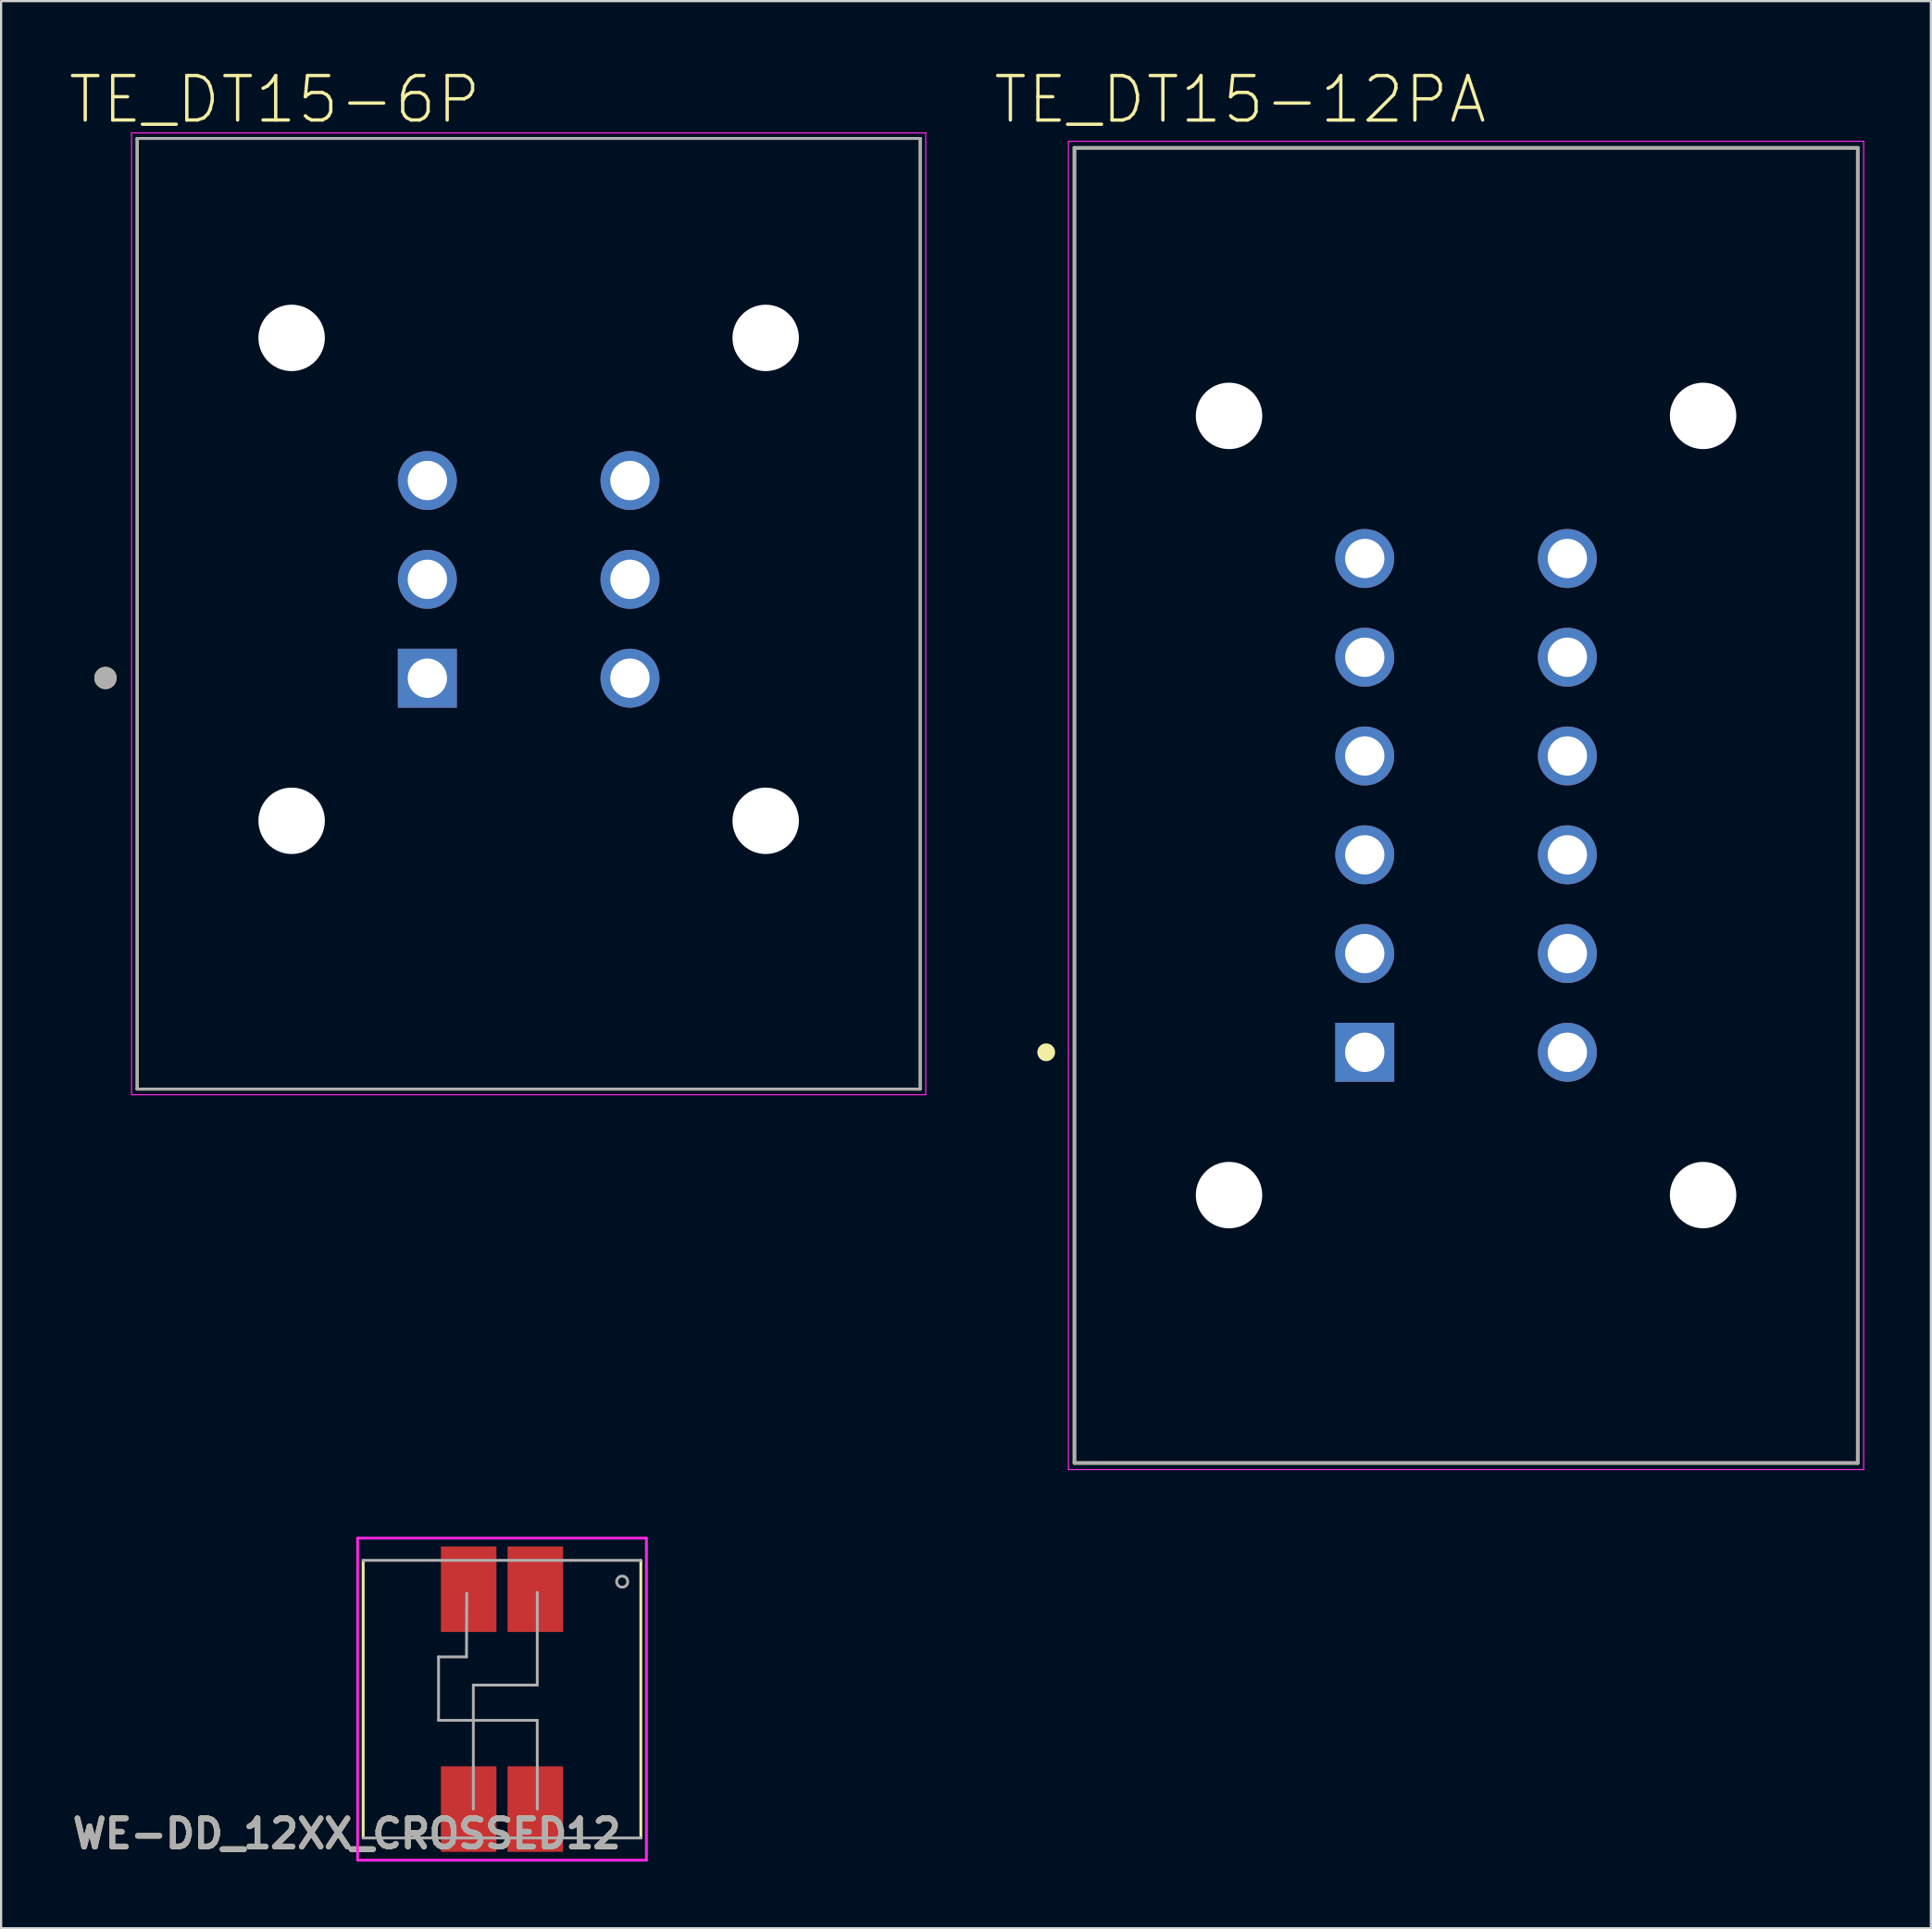
<source format=kicad_pcb>
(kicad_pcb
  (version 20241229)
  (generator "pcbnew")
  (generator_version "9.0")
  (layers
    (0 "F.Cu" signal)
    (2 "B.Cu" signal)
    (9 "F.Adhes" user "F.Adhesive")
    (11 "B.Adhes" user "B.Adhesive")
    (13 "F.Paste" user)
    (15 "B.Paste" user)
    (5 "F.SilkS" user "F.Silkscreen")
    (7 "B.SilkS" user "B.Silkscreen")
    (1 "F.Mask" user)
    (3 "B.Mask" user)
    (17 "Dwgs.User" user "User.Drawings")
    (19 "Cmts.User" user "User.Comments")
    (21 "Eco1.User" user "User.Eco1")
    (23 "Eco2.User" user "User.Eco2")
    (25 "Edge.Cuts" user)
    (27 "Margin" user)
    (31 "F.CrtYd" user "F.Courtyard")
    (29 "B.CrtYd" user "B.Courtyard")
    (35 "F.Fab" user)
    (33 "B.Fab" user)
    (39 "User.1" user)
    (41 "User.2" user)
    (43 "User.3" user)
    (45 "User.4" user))
  (footprint "TE_DT15-12PA"
    (layer "F.Cu")
    (at 62.945 33.209)
    (property "Reference" "TE_DT15-12PA" (at -10.168 -31.775 0) (layer "F.SilkS") (effects (font (size 2.002 2.002) (thickness 0.15))))
    (attr through_hole)
    (fp_line (start -17.63 -29.605) (end 17.63 -29.605) (stroke (width 0.152) (type solid)) (layer "F.SilkS"))
    (fp_line (start -17.63 29.605) (end -17.63 -29.605) (stroke (width 0.152) (type solid)) (layer "F.SilkS"))
    (fp_line (start 17.63 -29.605) (end 17.63 29.605) (stroke (width 0.152) (type solid)) (layer "F.SilkS"))
    (fp_line (start 17.63 29.605) (end -17.63 29.605) (stroke (width 0.152) (type solid)) (layer "F.SilkS"))
    (fp_circle (center -18.9 11.115) (end -18.7 11.115) (stroke (width 0.4) (type solid)) (fill no) (layer "F.SilkS"))
    (fp_line (start -17.9 -29.9) (end 17.9 -29.9) (stroke (width 0.05) (type solid)) (layer "F.CrtYd"))
    (fp_line (start -17.9 29.9) (end -17.9 -29.9) (stroke (width 0.05) (type solid)) (layer "F.CrtYd"))
    (fp_line (start 17.9 -29.9) (end 17.9 29.9) (stroke (width 0.05) (type solid)) (layer "F.CrtYd"))
    (fp_line (start 17.9 29.9) (end -17.9 29.9) (stroke (width 0.05) (type solid)) (layer "F.CrtYd"))
    (fp_line (start -17.63 -29.605) (end 17.63 -29.605) (stroke (width 0.152) (type solid)) (layer "F.Fab"))
    (fp_line (start -17.63 29.605) (end -17.63 -29.605) (stroke (width 0.152) (type solid)) (layer "F.Fab"))
    (fp_line (start 17.63 -29.605) (end 17.63 29.605) (stroke (width 0.152) (type solid)) (layer "F.Fab"))
    (fp_line (start 17.63 29.605) (end -17.63 29.605) (stroke (width 0.152) (type solid)) (layer "F.Fab"))
    (pad "" np_thru_hole circle (at -10.67 -17.535) (size 2.99 2.99) (drill 2.99) (layers "*.Cu" "*.Mask"))
    (pad "" np_thru_hole circle (at -10.67 17.545) (size 2.99 2.99) (drill 2.99) (layers "*.Cu" "*.Mask"))
    (pad "" np_thru_hole circle (at 10.67 -17.535) (size 2.99 2.99) (drill 2.99) (layers "*.Cu" "*.Mask"))
    (pad "" np_thru_hole circle (at 10.67 17.545) (size 2.99 2.99) (drill 2.99) (layers "*.Cu" "*.Mask"))
    (pad "1" thru_hole rect (at -4.56 11.115) (size 2.655 2.655) (drill 1.77) (layers "*.Cu" "*.Mask"))
    (pad "2" thru_hole circle (at -4.56 6.67) (size 2.655 2.655) (drill 1.77) (layers "*.Cu" "*.Mask"))
    (pad "3" thru_hole circle (at -4.56 2.225) (size 2.655 2.655) (drill 1.77) (layers "*.Cu" "*.Mask"))
    (pad "4" thru_hole circle (at -4.56 -2.225) (size 2.655 2.655) (drill 1.77) (layers "*.Cu" "*.Mask"))
    (pad "5" thru_hole circle (at -4.56 -6.67) (size 2.655 2.655) (drill 1.77) (layers "*.Cu" "*.Mask"))
    (pad "6" thru_hole circle (at -4.56 -11.115) (size 2.655 2.655) (drill 1.77) (layers "*.Cu" "*.Mask"))
    (pad "7" thru_hole circle (at 4.56 -11.115) (size 2.655 2.655) (drill 1.77) (layers "*.Cu" "*.Mask"))
    (pad "8" thru_hole circle (at 4.56 -6.67) (size 2.655 2.655) (drill 1.77) (layers "*.Cu" "*.Mask"))
    (pad "9" thru_hole circle (at 4.56 -2.225) (size 2.655 2.655) (drill 1.77) (layers "*.Cu" "*.Mask"))
    (pad "10" thru_hole circle (at 4.56 2.225) (size 2.655 2.655) (drill 1.77) (layers "*.Cu" "*.Mask"))
    (pad "11" thru_hole circle (at 4.56 6.67) (size 2.655 2.655) (drill 1.77) (layers "*.Cu" "*.Mask"))
    (pad "12" thru_hole circle (at 4.56 11.115) (size 2.655 2.655) (drill 1.77) (layers "*.Cu" "*.Mask")))
  (footprint "TE_DT15-6P"
    (layer "F.Cu")
    (at 20.748 23.033)
    (property "Reference" "TE_DT15-6P" (at -11.434 -21.599 0) (layer "F.SilkS") (effects (font (size 2.001 2.001) (thickness 0.15))))
    (attr through_hole)
    (fp_line (start -17.625 -19.85) (end -17.625 22.95) (stroke (width 0.127) (type solid)) (layer "F.SilkS"))
    (fp_line (start -17.625 22.95) (end 17.625 22.95) (stroke (width 0.127) (type solid)) (layer "F.SilkS"))
    (fp_line (start 17.625 -19.85) (end -17.625 -19.85) (stroke (width 0.127) (type solid)) (layer "F.SilkS"))
    (fp_line (start 17.625 22.95) (end 17.625 -19.85) (stroke (width 0.127) (type solid)) (layer "F.SilkS"))
    (fp_circle (center -19.05 4.44) (end -18.8 4.44) (stroke (width 0.5) (type solid)) (fill no) (layer "F.SilkS"))
    (fp_line (start -17.875 -20.1) (end 17.875 -20.1) (stroke (width 0.05) (type solid)) (layer "F.CrtYd"))
    (fp_line (start -17.875 23.2) (end -17.875 -20.1) (stroke (width 0.05) (type solid)) (layer "F.CrtYd"))
    (fp_line (start 17.875 -20.1) (end 17.875 23.2) (stroke (width 0.05) (type solid)) (layer "F.CrtYd"))
    (fp_line (start 17.875 23.2) (end -17.875 23.2) (stroke (width 0.05) (type solid)) (layer "F.CrtYd"))
    (fp_line (start -17.625 -19.85) (end -17.625 22.95) (stroke (width 0.127) (type solid)) (layer "F.Fab"))
    (fp_line (start -17.625 22.95) (end 17.625 22.95) (stroke (width 0.127) (type solid)) (layer "F.Fab"))
    (fp_line (start 17.625 -19.85) (end -17.625 -19.85) (stroke (width 0.127) (type solid)) (layer "F.Fab"))
    (fp_line (start 17.625 22.95) (end 17.625 -19.85) (stroke (width 0.127) (type solid)) (layer "F.Fab"))
    (fp_circle (center -19.05 4.44) (end -18.8 4.44) (stroke (width 0.5) (type solid)) (fill no) (layer "F.Fab"))
    (pad "" np_thru_hole circle (at -10.67 -10.87) (size 2.99 2.99) (drill 2.99) (layers "*.Cu" "*.Mask"))
    (pad "" np_thru_hole circle (at -10.67 10.87) (size 2.99 2.99) (drill 2.99) (layers "*.Cu" "*.Mask"))
    (pad "" np_thru_hole circle (at 10.67 -10.87) (size 2.99 2.99) (drill 2.99) (layers "*.Cu" "*.Mask"))
    (pad "" np_thru_hole circle (at 10.67 10.87) (size 2.99 2.99) (drill 2.99) (layers "*.Cu" "*.Mask"))
    (pad "1" thru_hole rect (at -4.56 4.45) (size 2.655 2.655) (drill 1.77) (layers "*.Cu" "*.Mask"))
    (pad "2" thru_hole circle (at -4.56 0) (size 2.655 2.655) (drill 1.77) (layers "*.Cu" "*.Mask"))
    (pad "3" thru_hole circle (at -4.56 -4.45) (size 2.655 2.655) (drill 1.77) (layers "*.Cu" "*.Mask"))
    (pad "4" thru_hole circle (at 4.56 -4.45) (size 2.655 2.655) (drill 1.77) (layers "*.Cu" "*.Mask"))
    (pad "5" thru_hole circle (at 4.56 0) (size 2.655 2.655) (drill 1.77) (layers "*.Cu" "*.Mask"))
    (pad "6" thru_hole circle (at 4.56 4.45) (size 2.655 2.655) (drill 1.77) (layers "*.Cu" "*.Mask")))
  (footprint "WE-DD_12XX_CROSSED12"
    (layer "F.Cu")
    (at 19.548 73.447)
    (property "Reference" "WE-DD_12XX_CROSSED12" (at -6.987 6.06 0) (layer "F.SilkS") (effects (font (size 1.27 1.27) (thickness 0.254))))
    (attr smd)
    (fp_line (start -6.25 6.25) (end -6.25 -6.25) (stroke (width 0.127) (type solid)) (layer "F.SilkS"))
    (fp_line (start 6.25 -6.25) (end 6.25 6.25) (stroke (width 0.127) (type solid)) (layer "F.SilkS"))
    (fp_line (start -6.5 -7.25) (end -6.5 7.25) (stroke (width 0.127) (type solid)) (layer "F.CrtYd"))
    (fp_line (start -6.5 7.25) (end 6.5 7.25) (stroke (width 0.127) (type solid)) (layer "F.CrtYd"))
    (fp_line (start 6.5 -7.25) (end -6.5 -7.25) (stroke (width 0.127) (type solid)) (layer "F.CrtYd"))
    (fp_line (start 6.5 7.25) (end 6.5 -7.25) (stroke (width 0.127) (type solid)) (layer "F.CrtYd"))
    (fp_line (start -6.25 -6.25) (end 6.25 -6.25) (stroke (width 0.127) (type solid)) (layer "F.Fab"))
    (fp_line (start -2.857 -1.905) (end -2.857 0.953) (stroke (width 0.127) (type solid)) (layer "F.Fab"))
    (fp_line (start -2.857 0.953) (end 1.587 0.953) (stroke (width 0.127) (type solid)) (layer "F.Fab"))
    (fp_line (start -1.598 -1.905) (end -2.857 -1.905) (stroke (width 0.127) (type solid)) (layer "F.Fab"))
    (fp_line (start -1.587 -4.763) (end -1.598 -1.905) (stroke (width 0.127) (type solid)) (layer "F.Fab"))
    (fp_line (start -1.29 -0.635) (end -1.29 4.95) (stroke (width 0.127) (type solid)) (layer "F.Fab"))
    (fp_line (start 1.587 -4.804) (end 1.587 -0.635) (stroke (width 0.127) (type solid)) (layer "F.Fab"))
    (fp_line (start 1.587 -0.635) (end -1.29 -0.635) (stroke (width 0.127) (type solid)) (layer "F.Fab"))
    (fp_line (start 1.587 0.953) (end 1.587 4.95) (stroke (width 0.127) (type solid)) (layer "F.Fab"))
    (fp_line (start 6.25 6.25) (end -6.25 6.25) (stroke (width 0.127) (type solid)) (layer "F.Fab"))
    (fp_circle (center 5.41 -5.29) (end 5.41 -5.04) (stroke (width 0.127) (type solid)) (fill no) (layer "F.Fab"))
    (fp_text user "${REFERENCE}" (at -6.987 6.06 0) (layer "F.Fab") (effects (font (size 1.27 1.27) (thickness 0.254))))
    (pad "1" smd rect (at 1.5 -4.95) (size 2.5 3.85) (layers "F.Cu" "F.Mask" "F.Paste"))
    (pad "2" smd rect (at -1.5 -4.95) (size 2.5 3.85) (layers "F.Cu" "F.Mask" "F.Paste"))
    (pad "3" smd rect (at -1.5 4.95) (size 2.5 3.85) (layers "F.Cu" "F.Mask" "F.Paste"))
    (pad "4" smd rect (at 1.5 4.95) (size 2.5 3.85) (layers "F.Cu" "F.Mask" "F.Paste")))
  (gr_rect
    (start -3 -3)
    (end 83.87 83.761)
    (stroke (width 0.1) (type default))
    (fill no)
    (layer "Edge.Cuts")))
</source>
